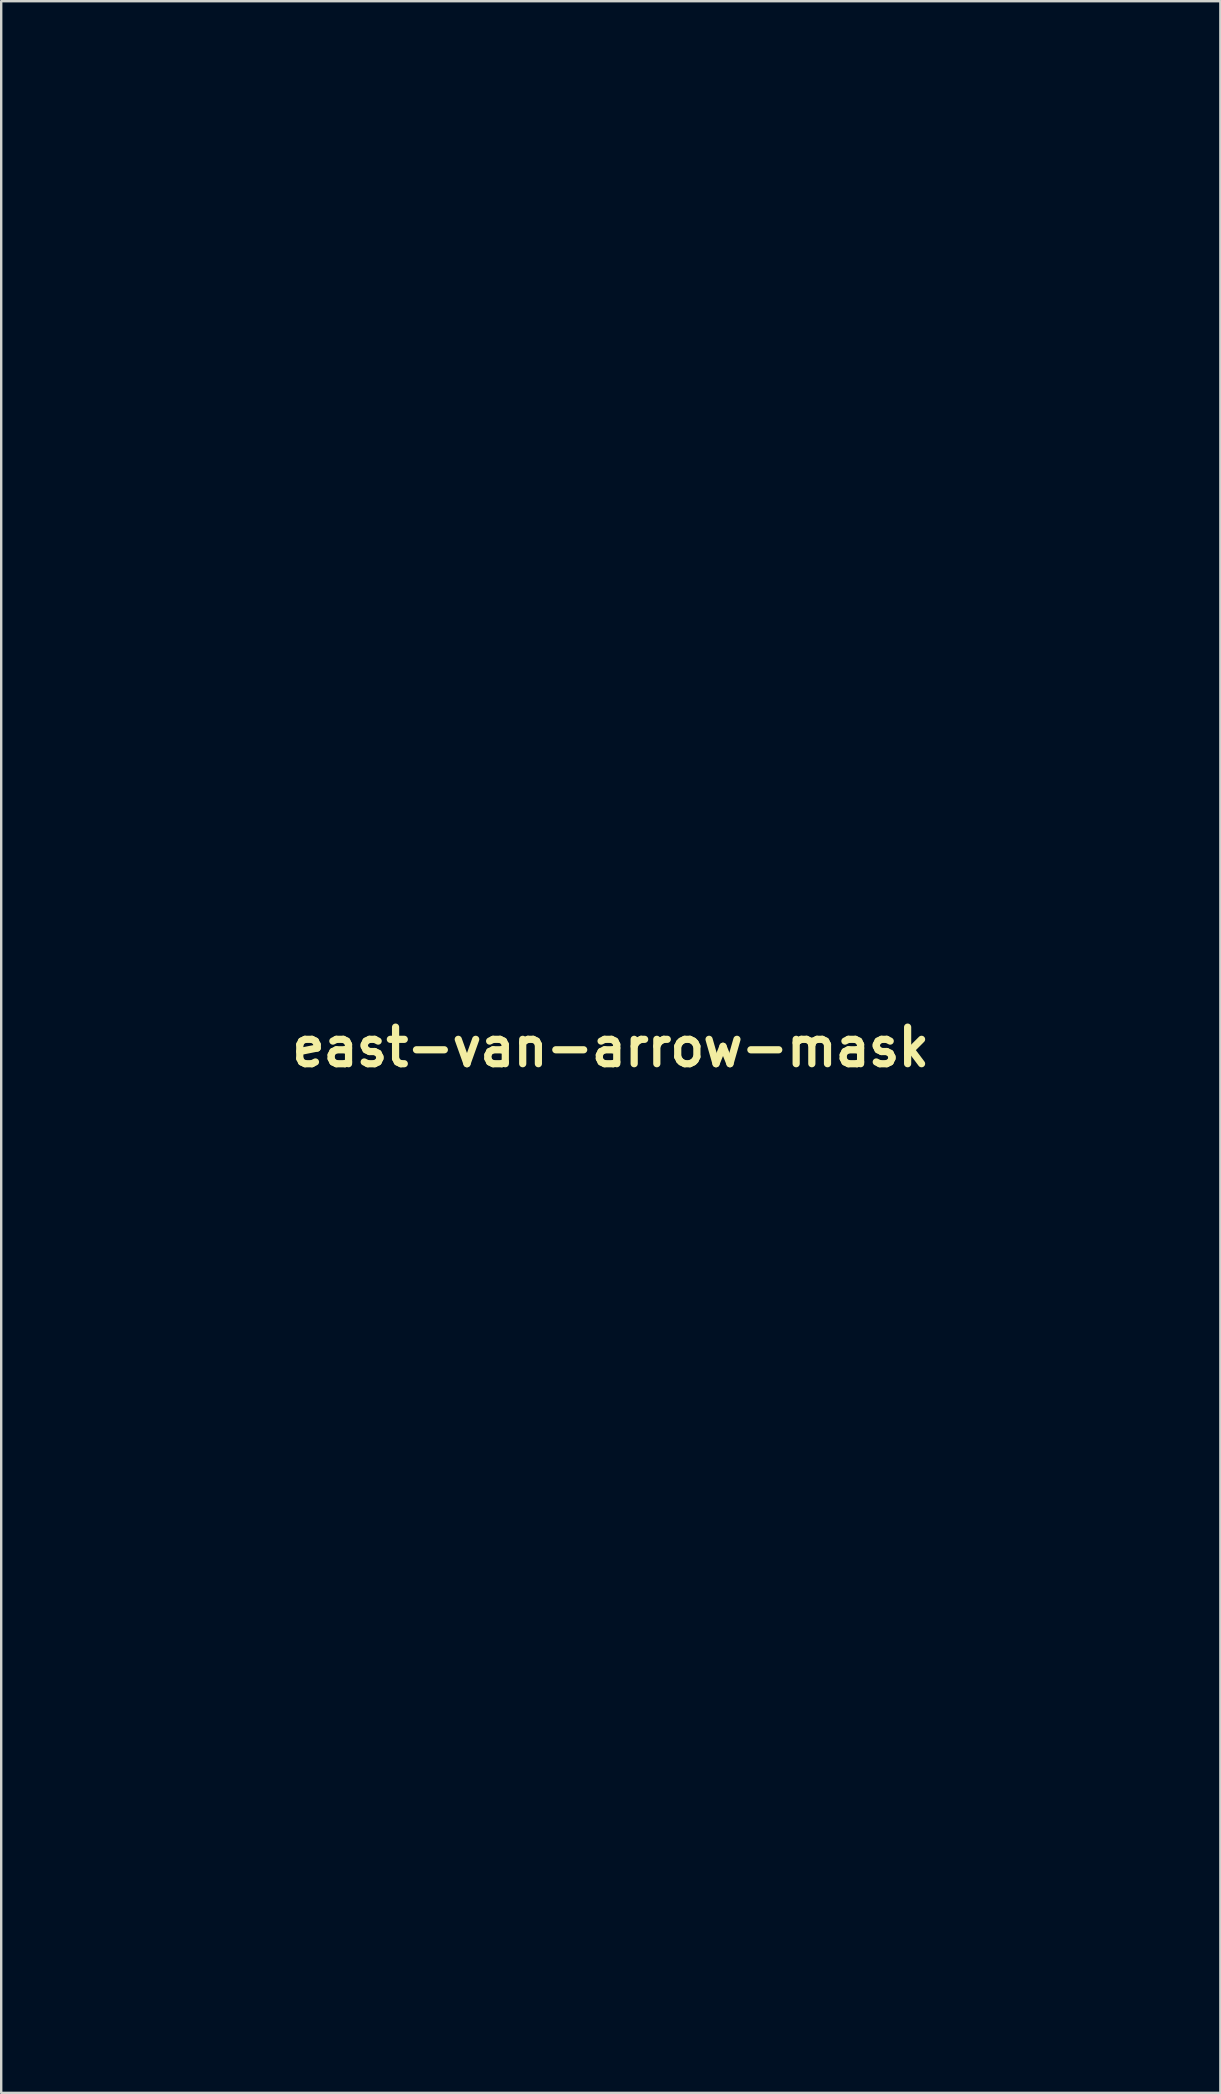
<source format=kicad_pcb>
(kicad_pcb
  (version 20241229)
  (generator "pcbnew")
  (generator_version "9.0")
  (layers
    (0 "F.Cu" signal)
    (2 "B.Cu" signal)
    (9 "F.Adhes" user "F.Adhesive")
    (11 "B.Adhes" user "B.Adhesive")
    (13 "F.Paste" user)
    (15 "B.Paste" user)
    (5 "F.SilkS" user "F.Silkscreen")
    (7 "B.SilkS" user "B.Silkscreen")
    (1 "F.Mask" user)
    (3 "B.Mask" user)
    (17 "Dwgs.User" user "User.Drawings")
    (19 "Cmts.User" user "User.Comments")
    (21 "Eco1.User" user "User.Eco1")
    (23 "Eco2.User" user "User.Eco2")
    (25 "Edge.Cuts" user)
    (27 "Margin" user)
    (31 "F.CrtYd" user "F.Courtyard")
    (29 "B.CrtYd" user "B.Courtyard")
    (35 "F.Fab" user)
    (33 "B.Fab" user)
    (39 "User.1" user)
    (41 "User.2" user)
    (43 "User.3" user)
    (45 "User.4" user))
  (footprint "east-van-arrow-mask"
    (layer "F.Cu")
    (at 22.395 40.583)
    (property "Reference" "east-van-arrow-mask" (at 0 0 0) (layer "F.SilkS") (effects (font (size 1.524 1.524) (thickness 0.3))))
    (attr through_hole)
    (fp_poly (pts (xy 3.263 21.763) (xy 3.242 22.164) (xy 3.221 22.507) (xy 3.203 22.765) (xy 3.188 22.91) (xy 3.184 22.931) (xy 3.128 22.958) (xy 3.007 22.979) (xy 2.804 22.994) (xy 2.499 23.005) (xy 2.076 23.012) (xy 1.552 23.015) (xy 1.072 23.018) (xy 0.724 23.023) (xy 0.484 23.034) (xy 0.33 23.053) (xy 0.241 23.084) (xy 0.193 23.128) (xy 0.164 23.189) (xy 0.162 23.194) (xy 0.148 23.299) (xy 0.13 23.545) (xy 0.108 23.916) (xy 0.082 24.4) (xy 0.055 24.984) (xy 0.025 25.653) (xy -0.005 26.394) (xy -0.037 27.194) (xy -0.068 28.038) (xy -0.074 28.201) (xy -0.105 29.076) (xy -0.136 29.928) (xy -0.166 30.74) (xy -0.195 31.496) (xy -0.222 32.18) (xy -0.245 32.776) (xy -0.266 33.267) (xy -0.283 33.638) (xy -0.295 33.872) (xy -0.295 33.879) (xy -0.345 34.724) (xy -1.362 34.762) (xy -1.817 34.773) (xy -2.145 34.769) (xy -2.336 34.75) (xy -2.385 34.724) (xy -2.387 34.577) (xy -2.383 34.282) (xy -2.372 33.841) (xy -2.356 33.258) (xy -2.333 32.538) (xy -2.305 31.684) (xy -2.271 30.7) (xy -2.232 29.591) (xy -2.187 28.36) (xy -2.137 27.011) (xy -2.082 25.549) (xy -2.071 25.254) (xy -2.052 24.712) (xy -2.036 24.223) (xy -2.026 23.806) (xy -2.021 23.482) (xy -2.021 23.271) (xy -2.027 23.194) (xy -2.11 23.183) (xy -2.324 23.173) (xy -2.642 23.163) (xy -3.043 23.155) (xy -3.503 23.149) (xy -3.574 23.148) (xy -5.088 23.136) (xy -5.071 22.025) (xy -5.062 21.627) (xy -5.051 21.288) (xy -5.037 21.034) (xy -5.022 20.893) (xy -5.016 20.875) (xy -4.926 20.86) (xy -4.687 20.843) (xy -4.302 20.824) (xy -3.775 20.804) (xy -3.111 20.781) (xy -2.312 20.757) (xy -1.384 20.731) (xy -0.329 20.704) (xy 0.848 20.676) (xy 0.873 20.676) (xy 3.319 20.619) (xy 3.263 21.763)) (stroke (width 0.01) (type solid)) (fill yes) (layer "F.Mask"))
    (fp_poly (pts (xy -5.382 -12.923) (xy -5.297 -12.908) (xy -5.296 -12.906) (xy -5.324 -12.805) (xy -5.407 -12.565) (xy -5.543 -12.19) (xy -5.732 -11.681) (xy -5.971 -11.044) (xy -6.259 -10.282) (xy -6.522 -9.592) (xy -6.711 -9.096) (xy -6.942 -8.49) (xy -7.2 -7.81) (xy -7.474 -7.089) (xy -7.75 -6.362) (xy -8.015 -5.664) (xy -8.096 -5.448) (xy -8.343 -4.797) (xy -8.596 -4.134) (xy -8.842 -3.486) (xy -9.073 -2.883) (xy -9.275 -2.353) (xy -9.44 -1.925) (xy -9.502 -1.765) (xy -9.698 -1.256) (xy -9.915 -0.693) (xy -10.13 -0.136) (xy -10.318 0.354) (xy -10.359 0.46) (xy -10.506 0.836) (xy -10.639 1.161) (xy -10.746 1.409) (xy -10.816 1.552) (xy -10.83 1.573) (xy -10.927 1.603) (xy -11.151 1.641) (xy -11.477 1.683) (xy -11.88 1.726) (xy -12.32 1.765) (xy -12.822 1.805) (xy -13.192 1.831) (xy -13.45 1.843) (xy -13.617 1.84) (xy -13.713 1.823) (xy -13.758 1.791) (xy -13.77 1.766) (xy -13.804 1.65) (xy -13.876 1.409) (xy -13.981 1.061) (xy -14.112 0.627) (xy -14.263 0.127) (xy -14.429 -0.417) (xy -14.601 -0.987) (xy -14.776 -1.561) (xy -14.945 -2.12) (xy -15.105 -2.642) (xy -15.235 -3.069) (xy -15.402 -3.622) (xy -15.587 -4.24) (xy -15.772 -4.862) (xy -15.937 -5.426) (xy -15.999 -5.64) (xy -16.185 -6.281) (xy -16.39 -6.979) (xy -16.605 -7.709) (xy -16.822 -8.442) (xy -17.033 -9.151) (xy -17.231 -9.809) (xy -17.406 -10.388) (xy -17.551 -10.86) (xy -17.61 -11.05) (xy -17.708 -11.381) (xy -17.777 -11.657) (xy -17.811 -11.848) (xy -17.806 -11.917) (xy -17.704 -11.953) (xy -17.476 -11.993) (xy -17.152 -12.033) (xy -16.759 -12.072) (xy -16.325 -12.105) (xy -15.88 -12.131) (xy -15.66 -12.14) (xy -15.014 -12.163) (xy -14.106 -9.017) (xy -13.905 -8.319) (xy -13.71 -7.641) (xy -13.527 -7.004) (xy -13.361 -6.427) (xy -13.218 -5.929) (xy -13.104 -5.532) (xy -13.025 -5.254) (xy -13.004 -5.18) (xy -12.782 -4.4) (xy -12.583 -3.718) (xy -12.411 -3.143) (xy -12.267 -2.682) (xy -12.154 -2.344) (xy -12.076 -2.138) (xy -12.036 -2.072) (xy -12.013 -2.078) (xy -11.988 -2.103) (xy -11.954 -2.157) (xy -11.909 -2.25) (xy -11.848 -2.393) (xy -11.768 -2.597) (xy -11.664 -2.87) (xy -11.533 -3.225) (xy -11.371 -3.671) (xy -11.174 -4.218) (xy -10.939 -4.877) (xy -10.66 -5.658) (xy -10.335 -6.572) (xy -10.27 -6.753) (xy -9.89 -7.821) (xy -9.558 -8.753) (xy -9.271 -9.559) (xy -9.024 -10.249) (xy -8.814 -10.831) (xy -8.638 -11.314) (xy -8.492 -11.708) (xy -8.372 -12.023) (xy -8.275 -12.266) (xy -8.197 -12.448) (xy -8.135 -12.578) (xy -8.084 -12.665) (xy -8.042 -12.718) (xy -8.004 -12.746) (xy -7.968 -12.759) (xy -7.929 -12.766) (xy -7.915 -12.768) (xy -7.693 -12.8) (xy -7.386 -12.831) (xy -7.022 -12.861) (xy -6.63 -12.887) (xy -6.241 -12.907) (xy -5.883 -12.921) (xy -5.587 -12.927) (xy -5.382 -12.923)) (stroke (width 0.01) (type solid)) (fill yes) (layer "F.Mask"))
    (fp_poly (pts (xy -0.103 2.88) (xy 0.22 2.892) (xy 0.471 2.918) (xy 0.691 2.964) (xy 0.923 3.035) (xy 1.103 3.1) (xy 1.721 3.407) (xy 2.264 3.841) (xy 2.721 4.389) (xy 3.08 5.037) (xy 3.329 5.76) (xy 3.402 6.099) (xy 3.458 6.457) (xy 3.495 6.801) (xy 3.509 7.096) (xy 3.498 7.308) (xy 3.462 7.4) (xy 3.341 7.432) (xy 3.11 7.461) (xy 2.805 7.486) (xy 2.46 7.505) (xy 2.112 7.516) (xy 1.797 7.519) (xy 1.549 7.512) (xy 1.405 7.493) (xy 1.384 7.483) (xy 1.335 7.364) (xy 1.285 7.156) (xy 1.268 7.06) (xy 1.163 6.64) (xy 0.992 6.242) (xy 0.781 5.911) (xy 0.604 5.734) (xy 0.196 5.516) (xy -0.319 5.399) (xy -0.928 5.387) (xy -0.943 5.388) (xy -1.512 5.479) (xy -1.97 5.67) (xy -2.313 5.956) (xy -2.536 6.333) (xy -2.635 6.799) (xy -2.64 6.913) (xy -2.616 7.229) (xy -2.526 7.507) (xy -2.357 7.758) (xy -2.098 7.991) (xy -1.733 8.218) (xy -1.252 8.447) (xy -0.641 8.69) (xy -0.188 8.852) (xy 0.499 9.101) (xy 1.058 9.329) (xy 1.513 9.547) (xy 1.886 9.767) (xy 2.198 10.002) (xy 2.474 10.265) (xy 2.538 10.334) (xy 2.806 10.66) (xy 3.019 10.996) (xy 3.204 11.391) (xy 3.349 11.779) (xy 3.431 12.023) (xy 3.489 12.235) (xy 3.527 12.45) (xy 3.55 12.703) (xy 3.562 13.028) (xy 3.566 13.461) (xy 3.566 13.621) (xy 3.561 14.183) (xy 3.54 14.633) (xy 3.493 15.009) (xy 3.413 15.352) (xy 3.291 15.703) (xy 3.119 16.1) (xy 3.013 16.327) (xy 2.699 16.863) (xy 2.296 17.366) (xy 1.834 17.802) (xy 1.348 18.141) (xy 1.052 18.285) (xy 0.396 18.487) (xy -0.339 18.607) (xy -1.099 18.641) (xy -1.829 18.585) (xy -2.119 18.533) (xy -2.836 18.304) (xy -3.466 17.95) (xy -4.007 17.471) (xy -4.459 16.87) (xy -4.818 16.149) (xy -5.085 15.309) (xy -5.129 15.117) (xy -5.242 14.554) (xy -5.317 14.084) (xy -5.353 13.72) (xy -5.35 13.474) (xy -5.306 13.359) (xy -5.283 13.352) (xy -5.167 13.343) (xy -4.934 13.319) (xy -4.616 13.282) (xy -4.261 13.239) (xy -3.904 13.198) (xy -3.607 13.169) (xy -3.399 13.156) (xy -3.313 13.16) (xy -3.313 13.16) (xy -3.284 13.247) (xy -3.24 13.446) (xy -3.188 13.719) (xy -3.175 13.791) (xy -3.003 14.474) (xy -2.743 15.031) (xy -2.396 15.464) (xy -1.959 15.774) (xy -1.585 15.924) (xy -0.992 16.033) (xy -0.428 16.01) (xy 0.088 15.867) (xy 0.54 15.614) (xy 0.912 15.264) (xy 1.186 14.827) (xy 1.346 14.315) (xy 1.381 13.914) (xy 1.362 13.544) (xy 1.294 13.233) (xy 1.164 12.966) (xy 0.955 12.73) (xy 0.655 12.512) (xy 0.247 12.298) (xy -0.282 12.076) (xy -0.876 11.856) (xy -1.617 11.582) (xy -2.227 11.329) (xy -2.722 11.087) (xy -3.122 10.847) (xy -3.446 10.597) (xy -3.71 10.328) (xy -3.834 10.172) (xy -4.22 9.58) (xy -4.492 8.988) (xy -4.664 8.357) (xy -4.745 7.65) (xy -4.757 7.224) (xy -4.729 6.557) (xy -4.634 5.975) (xy -4.461 5.423) (xy -4.245 4.941) (xy -3.842 4.294) (xy -3.335 3.755) (xy -2.734 3.333) (xy -2.104 3.056) (xy -1.853 2.979) (xy -1.612 2.928) (xy -1.341 2.897) (xy -0.998 2.882) (xy -0.544 2.878) (xy -0.537 2.878) (xy -0.103 2.88)) (stroke (width 0.01) (type solid)) (fill yes) (layer "F.Mask"))
    (fp_poly (pts (xy 4.237 -30.682) (xy 4.266 -30.675) (xy 4.28 -30.584) (xy 4.285 -30.369) (xy 4.281 -30.058) (xy 4.268 -29.679) (xy 4.261 -29.516) (xy 4.205 -28.408) (xy 4.002 -28.366) (xy 3.879 -28.348) (xy 3.623 -28.316) (xy 3.253 -28.271) (xy 2.788 -28.216) (xy 2.249 -28.154) (xy 1.654 -28.086) (xy 1.203 -28.036) (xy 0.475 -27.953) (xy -0.114 -27.884) (xy -0.576 -27.825) (xy -0.926 -27.774) (xy -1.176 -27.73) (xy -1.339 -27.69) (xy -1.43 -27.653) (xy -1.457 -27.627) (xy -1.48 -27.516) (xy -1.505 -27.277) (xy -1.53 -26.937) (xy -1.555 -26.522) (xy -1.576 -26.057) (xy -1.576 -26.032) (xy -1.632 -24.556) (xy -1.449 -24.557) (xy -1.324 -24.566) (xy -1.07 -24.591) (xy -0.71 -24.63) (xy -0.267 -24.679) (xy 0.235 -24.737) (xy 0.614 -24.782) (xy 1.174 -24.848) (xy 1.719 -24.911) (xy 2.22 -24.968) (xy 2.645 -25.015) (xy 2.965 -25.048) (xy 3.089 -25.06) (xy 3.683 -25.114) (xy 3.683 -24.739) (xy 3.678 -24.492) (xy 3.663 -24.151) (xy 3.643 -23.773) (xy 3.633 -23.609) (xy 3.606 -23.259) (xy 3.578 -23.033) (xy 3.54 -22.898) (xy 3.483 -22.826) (xy 3.417 -22.792) (xy 3.301 -22.768) (xy 3.053 -22.731) (xy 2.693 -22.684) (xy 2.242 -22.629) (xy 1.722 -22.569) (xy 1.152 -22.507) (xy 0.993 -22.49) (xy 0.411 -22.427) (xy -0.129 -22.368) (xy -0.607 -22.315) (xy -1.001 -22.269) (xy -1.29 -22.234) (xy -1.453 -22.212) (xy -1.472 -22.209) (xy -1.586 -22.173) (xy -1.653 -22.099) (xy -1.692 -21.947) (xy -1.719 -21.693) (xy -1.735 -21.461) (xy -1.754 -21.111) (xy -1.774 -20.677) (xy -1.794 -20.196) (xy -1.809 -19.767) (xy -1.857 -18.317) (xy -1.331 -18.363) (xy -1.049 -18.39) (xy -0.663 -18.431) (xy -0.226 -18.479) (xy 0.215 -18.53) (xy 0.23 -18.532) (xy 1.175 -18.643) (xy 1.972 -18.736) (xy 2.628 -18.812) (xy 3.148 -18.871) (xy 3.537 -18.914) (xy 3.8 -18.941) (xy 3.943 -18.953) (xy 3.965 -18.954) (xy 4.012 -18.938) (xy 4.041 -18.875) (xy 4.056 -18.743) (xy 4.056 -18.518) (xy 4.044 -18.179) (xy 4.029 -17.861) (xy 4.005 -17.462) (xy 3.976 -17.117) (xy 3.945 -16.855) (xy 3.916 -16.705) (xy 3.907 -16.685) (xy 3.808 -16.643) (xy 3.59 -16.594) (xy 3.288 -16.544) (xy 3.014 -16.509) (xy 2.68 -16.471) (xy 2.231 -16.42) (xy 1.708 -16.36) (xy 1.146 -16.297) (xy 0.586 -16.233) (xy 0.499 -16.223) (xy -0.563 -16.102) (xy -1.474 -15.999) (xy -2.239 -15.913) (xy -2.86 -15.844) (xy -3.34 -15.792) (xy -3.681 -15.756) (xy -3.886 -15.736) (xy -3.954 -15.731) (xy -4.005 -15.785) (xy -4.025 -15.956) (xy -4.018 -16.249) (xy -4.008 -16.454) (xy -3.995 -16.789) (xy -3.979 -17.231) (xy -3.961 -17.756) (xy -3.942 -18.341) (xy -3.922 -18.962) (xy -3.913 -19.261) (xy -3.878 -20.394) (xy -3.842 -21.511) (xy -3.806 -22.6) (xy -3.769 -23.652) (xy -3.734 -24.657) (xy -3.699 -25.603) (xy -3.666 -26.48) (xy -3.634 -27.279) (xy -3.604 -27.988) (xy -3.577 -28.597) (xy -3.553 -29.096) (xy -3.532 -29.474) (xy -3.514 -29.721) (xy -3.501 -29.827) (xy -3.5 -29.83) (xy -3.42 -29.845) (xy -3.211 -29.874) (xy -2.893 -29.915) (xy -2.49 -29.964) (xy -2.025 -30.019) (xy -1.834 -30.041) (xy -0.691 -30.171) (xy 0.309 -30.285) (xy 1.173 -30.382) (xy 1.91 -30.464) (xy 2.53 -30.531) (xy 3.039 -30.585) (xy 3.447 -30.626) (xy 3.762 -30.656) (xy 3.994 -30.674) (xy 4.149 -30.683) (xy 4.237 -30.682)) (stroke (width 0.01) (type solid)) (fill yes) (layer "F.Mask"))
    (fp_poly (pts (xy 17.411 -15.071) (xy 17.425 -15.065) (xy 17.435 -15.006) (xy 17.441 -14.851) (xy 17.443 -14.594) (xy 17.441 -14.233) (xy 17.435 -13.762) (xy 17.424 -13.177) (xy 17.41 -12.475) (xy 17.391 -11.652) (xy 17.367 -10.703) (xy 17.339 -9.623) (xy 17.306 -8.41) (xy 17.268 -7.059) (xy 17.226 -5.565) (xy 17.178 -3.925) (xy 17.142 -2.703) (xy 17.126 -2.195) (xy 17.107 -1.741) (xy 17.087 -1.363) (xy 17.068 -1.081) (xy 17.051 -0.918) (xy 17.042 -0.886) (xy 16.951 -0.868) (xy 16.738 -0.842) (xy 16.434 -0.809) (xy 16.07 -0.775) (xy 16.036 -0.772) (xy 15.644 -0.737) (xy 15.287 -0.703) (xy 15.003 -0.675) (xy 14.834 -0.656) (xy 14.589 -0.625) (xy 13.346 -2.787) (xy 12.824 -3.695) (xy 12.373 -4.483) (xy 11.983 -5.162) (xy 11.65 -5.745) (xy 11.365 -6.245) (xy 11.121 -6.673) (xy 10.912 -7.043) (xy 10.731 -7.367) (xy 10.57 -7.656) (xy 10.517 -7.75) (xy 10.239 -8.251) (xy 10.025 -8.633) (xy 9.865 -8.912) (xy 9.749 -9.105) (xy 9.669 -9.226) (xy 9.615 -9.293) (xy 9.614 -9.294) (xy 9.582 -9.309) (xy 9.554 -9.278) (xy 9.529 -9.192) (xy 9.506 -9.041) (xy 9.485 -8.813) (xy 9.466 -8.499) (xy 9.448 -8.088) (xy 9.43 -7.57) (xy 9.412 -6.936) (xy 9.393 -6.174) (xy 9.373 -5.274) (xy 9.361 -4.719) (xy 9.345 -3.959) (xy 9.327 -3.234) (xy 9.31 -2.561) (xy 9.293 -1.956) (xy 9.277 -1.436) (xy 9.263 -1.019) (xy 9.25 -0.721) (xy 9.24 -0.559) (xy 9.24 -0.556) (xy 9.208 -0.321) (xy 9.163 -0.2) (xy 9.08 -0.155) (xy 8.992 -0.148) (xy 8.837 -0.139) (xy 8.567 -0.117) (xy 8.221 -0.085) (xy 7.842 -0.048) (xy 7.478 -0.016) (xy 7.173 0.001) (xy 6.957 0.002) (xy 6.86 -0.013) (xy 6.859 -0.015) (xy 6.85 -0.126) (xy 6.854 -0.134) (xy 6.865 -0.223) (xy 6.878 -0.445) (xy 6.893 -0.78) (xy 6.908 -1.206) (xy 6.923 -1.704) (xy 6.937 -2.253) (xy 6.937 -2.264) (xy 6.952 -2.875) (xy 6.97 -3.6) (xy 6.99 -4.399) (xy 7.012 -5.23) (xy 7.033 -6.055) (xy 7.054 -6.833) (xy 7.06 -7.06) (xy 7.08 -7.818) (xy 7.101 -8.639) (xy 7.123 -9.482) (xy 7.143 -10.305) (xy 7.162 -11.069) (xy 7.178 -11.732) (xy 7.182 -11.903) (xy 7.196 -12.461) (xy 7.213 -12.97) (xy 7.231 -13.41) (xy 7.249 -13.759) (xy 7.266 -13.998) (xy 7.282 -14.106) (xy 7.283 -14.108) (xy 7.39 -14.163) (xy 7.635 -14.221) (xy 8.005 -14.279) (xy 8.484 -14.335) (xy 9.057 -14.387) (xy 9.093 -14.39) (xy 9.707 -14.438) (xy 10.057 -13.799) (xy 10.199 -13.542) (xy 10.406 -13.168) (xy 10.669 -12.697) (xy 10.977 -12.144) (xy 11.321 -11.529) (xy 11.691 -10.868) (xy 12.077 -10.18) (xy 12.469 -9.482) (xy 12.857 -8.792) (xy 13.231 -8.127) (xy 13.581 -7.506) (xy 13.897 -6.945) (xy 14.17 -6.463) (xy 14.217 -6.379) (xy 14.461 -5.962) (xy 14.642 -5.684) (xy 14.759 -5.543) (xy 14.813 -5.535) (xy 14.83 -5.637) (xy 14.849 -5.872) (xy 14.868 -6.217) (xy 14.887 -6.652) (xy 14.905 -7.154) (xy 14.919 -7.674) (xy 14.934 -8.285) (xy 14.95 -8.907) (xy 14.966 -9.505) (xy 14.981 -10.043) (xy 14.995 -10.486) (xy 15.002 -10.705) (xy 15.016 -11.109) (xy 15.033 -11.621) (xy 15.051 -12.195) (xy 15.07 -12.783) (xy 15.086 -13.292) (xy 15.103 -13.832) (xy 15.121 -14.237) (xy 15.139 -14.528) (xy 15.162 -14.722) (xy 15.19 -14.84) (xy 15.226 -14.901) (xy 15.26 -14.92) (xy 15.424 -14.952) (xy 15.686 -14.985) (xy 16.013 -15.016) (xy 16.37 -15.044) (xy 16.723 -15.066) (xy 17.037 -15.079) (xy 17.278 -15.082) (xy 17.411 -15.071)) (stroke (width 0.01) (type solid)) (fill yes) (layer "F.Mask"))
    (fp_poly (pts (xy 0.728 -13.494) (xy 0.761 -13.411) (xy 0.837 -13.19) (xy 0.95 -12.842) (xy 1.099 -12.376) (xy 1.281 -11.803) (xy 1.492 -11.131) (xy 1.729 -10.371) (xy 1.989 -9.532) (xy 2.269 -8.624) (xy 2.444 -8.057) (xy 2.658 -7.36) (xy 2.906 -6.558) (xy 3.175 -5.689) (xy 3.453 -4.796) (xy 3.726 -3.918) (xy 3.982 -3.096) (xy 4.106 -2.7) (xy 4.303 -2.067) (xy 4.483 -1.48) (xy 4.641 -0.956) (xy 4.773 -0.51) (xy 4.874 -0.159) (xy 4.939 0.082) (xy 4.964 0.197) (xy 4.963 0.204) (xy 4.868 0.231) (xy 4.653 0.264) (xy 4.347 0.298) (xy 3.984 0.333) (xy 3.592 0.366) (xy 3.203 0.394) (xy 2.849 0.414) (xy 2.56 0.425) (xy 2.367 0.424) (xy 2.303 0.413) (xy 2.261 0.321) (xy 2.184 0.106) (xy 2.08 -0.208) (xy 1.956 -0.598) (xy 1.821 -1.039) (xy 1.813 -1.067) (xy 1.677 -1.511) (xy 1.552 -1.905) (xy 1.445 -2.225) (xy 1.365 -2.447) (xy 1.32 -2.547) (xy 1.319 -2.549) (xy 1.228 -2.56) (xy 1.006 -2.556) (xy 0.675 -2.541) (xy 0.257 -2.515) (xy -0.226 -2.481) (xy -0.753 -2.44) (xy -1.301 -2.395) (xy -1.849 -2.347) (xy -2.375 -2.297) (xy -2.856 -2.249) (xy -3.273 -2.204) (xy -3.601 -2.163) (xy -3.82 -2.128) (xy -3.908 -2.103) (xy -3.953 -2.014) (xy -4.044 -1.803) (xy -4.172 -1.492) (xy -4.327 -1.105) (xy -4.501 -0.662) (xy -4.564 -0.499) (xy -4.741 -0.043) (xy -4.902 0.364) (xy -5.038 0.7) (xy -5.139 0.944) (xy -5.198 1.074) (xy -5.207 1.089) (xy -5.309 1.12) (xy -5.565 1.16) (xy -5.973 1.208) (xy -6.533 1.264) (xy -7.244 1.328) (xy -7.337 1.337) (xy -7.59 1.352) (xy -7.776 1.351) (xy -7.846 1.337) (xy -7.854 1.323) (xy -7.855 1.296) (xy -7.844 1.245) (xy -7.817 1.158) (xy -7.769 1.025) (xy -7.698 0.836) (xy -7.597 0.578) (xy -7.464 0.241) (xy -7.293 -0.185) (xy -7.081 -0.711) (xy -6.824 -1.349) (xy -6.516 -2.11) (xy -6.221 -2.839) (xy -5.906 -3.618) (xy -5.556 -4.483) (xy -5.454 -4.736) (xy -2.898 -4.736) (xy -2.823 -4.696) (xy -2.641 -4.682) (xy -2.536 -4.681) (xy -2.324 -4.688) (xy -1.996 -4.708) (xy -1.586 -4.738) (xy -1.129 -4.775) (xy -0.819 -4.803) (xy -0.384 -4.847) (xy -0.001 -4.891) (xy 0.302 -4.932) (xy 0.499 -4.966) (xy 0.563 -4.987) (xy 0.556 -5.069) (xy 0.512 -5.278) (xy 0.436 -5.591) (xy 0.336 -5.988) (xy 0.217 -6.448) (xy 0.083 -6.95) (xy -0.058 -7.471) (xy -0.201 -7.992) (xy -0.34 -8.49) (xy -0.47 -8.945) (xy -0.585 -9.336) (xy -0.678 -9.64) (xy -0.745 -9.837) (xy -0.769 -9.893) (xy -0.826 -9.935) (xy -0.903 -9.849) (xy -0.947 -9.768) (xy -1.001 -9.648) (xy -1.101 -9.405) (xy -1.24 -9.063) (xy -1.409 -8.641) (xy -1.6 -8.163) (xy -1.803 -7.648) (xy -2.012 -7.119) (xy -2.216 -6.597) (xy -2.409 -6.103) (xy -2.581 -5.659) (xy -2.724 -5.286) (xy -2.829 -5.007) (xy -2.888 -4.841) (xy -2.896 -4.815) (xy -2.898 -4.736) (xy -5.454 -4.736) (xy -5.189 -5.394) (xy -4.819 -6.309) (xy -4.465 -7.188) (xy -4.141 -7.99) (xy -3.975 -8.403) (xy -3.592 -9.353) (xy -3.262 -10.171) (xy -2.98 -10.866) (xy -2.742 -11.448) (xy -2.544 -11.928) (xy -2.381 -12.316) (xy -2.249 -12.621) (xy -2.144 -12.854) (xy -2.061 -13.024) (xy -1.996 -13.142) (xy -1.945 -13.217) (xy -1.903 -13.259) (xy -1.868 -13.279) (xy -1.749 -13.302) (xy -1.516 -13.331) (xy -1.201 -13.364) (xy -0.834 -13.398) (xy -0.446 -13.431) (xy -0.068 -13.461) (xy 0.268 -13.483) (xy 0.532 -13.497) (xy 0.693 -13.499) (xy 0.728 -13.494)) (stroke (width 0.01) (type solid)) (fill yes) (layer "F.Mask"))
    (fp_poly (pts (xy 0.879 -40.571) (xy 1.713 -40.475) (xy 2.496 -40.277) (xy 3.252 -39.968) (xy 4.004 -39.539) (xy 4.774 -38.978) (xy 5.092 -38.714) (xy 5.212 -38.592) (xy 5.416 -38.363) (xy 5.692 -38.041) (xy 6.028 -37.639) (xy 6.414 -37.173) (xy 6.839 -36.654) (xy 7.29 -36.098) (xy 7.757 -35.517) (xy 8.229 -34.927) (xy 8.694 -34.34) (xy 9.14 -33.77) (xy 9.439 -33.386) (xy 9.571 -33.217) (xy 9.783 -32.945) (xy 10.061 -32.589) (xy 10.392 -32.168) (xy 10.759 -31.699) (xy 11.15 -31.202) (xy 11.375 -30.916) (xy 12.015 -30.102) (xy 12.682 -29.252) (xy 13.37 -28.374) (xy 14.073 -27.476) (xy 14.784 -26.567) (xy 15.496 -25.656) (xy 16.204 -24.75) (xy 16.9 -23.858) (xy 17.578 -22.988) (xy 18.231 -22.15) (xy 18.853 -21.351) (xy 19.437 -20.599) (xy 19.977 -19.904) (xy 20.467 -19.273) (xy 20.898 -18.715) (xy 21.266 -18.238) (xy 21.564 -17.851) (xy 21.784 -17.562) (xy 21.921 -17.38) (xy 21.964 -17.32) (xy 22.071 -17.147) (xy 22.16 -16.977) (xy 22.232 -16.795) (xy 22.29 -16.585) (xy 22.334 -16.334) (xy 22.365 -16.026) (xy 22.386 -15.645) (xy 22.397 -15.178) (xy 22.4 -14.609) (xy 22.395 -13.923) (xy 22.385 -13.105) (xy 22.38 -12.7) (xy 22.37 -11.987) (xy 22.359 -11.148) (xy 22.347 -10.212) (xy 22.336 -9.206) (xy 22.324 -8.157) (xy 22.313 -7.095) (xy 22.303 -6.047) (xy 22.293 -5.04) (xy 22.289 -4.566) (xy 22.28 -3.698) (xy 22.269 -2.86) (xy 22.257 -2.067) (xy 22.244 -1.335) (xy 22.23 -0.678) (xy 22.216 -0.113) (xy 22.201 0.347) (xy 22.186 0.685) (xy 22.172 0.886) (xy 22.171 0.896) (xy 22.01 1.677) (xy 21.729 2.394) (xy 21.34 3.033) (xy 20.853 3.58) (xy 20.28 4.019) (xy 19.634 4.336) (xy 19.415 4.409) (xy 19.301 4.441) (xy 19.183 4.468) (xy 19.047 4.492) (xy 18.88 4.514) (xy 18.666 4.533) (xy 18.393 4.552) (xy 18.045 4.57) (xy 17.61 4.59) (xy 17.074 4.611) (xy 16.421 4.635) (xy 15.639 4.662) (xy 15.002 4.684) (xy 14.107 4.716) (xy 13.351 4.747) (xy 12.72 4.777) (xy 12.199 4.81) (xy 11.775 4.846) (xy 11.433 4.885) (xy 11.159 4.931) (xy 10.938 4.983) (xy 10.756 5.044) (xy 10.627 5.101) (xy 10.119 5.428) (xy 9.724 5.859) (xy 9.444 6.392) (xy 9.3 6.906) (xy 9.286 7.057) (xy 9.272 7.357) (xy 9.259 7.801) (xy 9.246 8.384) (xy 9.233 9.102) (xy 9.221 9.951) (xy 9.21 10.924) (xy 9.2 12.019) (xy 9.19 13.23) (xy 9.181 14.552) (xy 9.176 15.463) (xy 9.163 17.805) (xy 9.15 19.994) (xy 9.138 22.032) (xy 9.126 23.92) (xy 9.115 25.657) (xy 9.104 27.245) (xy 9.093 28.686) (xy 9.082 29.979) (xy 9.072 31.126) (xy 9.063 32.128) (xy 9.053 32.986) (xy 9.044 33.7) (xy 9.035 34.271) (xy 9.027 34.701) (xy 9.019 34.99) (xy 9.016 35.057) (xy 8.966 35.691) (xy 8.87 36.24) (xy 8.713 36.767) (xy 8.479 37.331) (xy 8.388 37.524) (xy 7.976 38.229) (xy 7.47 38.816) (xy 6.858 39.298) (xy 6.355 39.583) (xy 6.168 39.676) (xy 6.004 39.758) (xy 5.85 39.829) (xy 5.697 39.892) (xy 5.534 39.947) (xy 5.349 39.994) (xy 5.132 40.036) (xy 4.873 40.074) (xy 4.561 40.108) (xy 4.184 40.139) (xy 3.733 40.169) (xy 3.196 40.199) (xy 2.563 40.231) (xy 1.823 40.264) (xy 0.966 40.3) (xy -0.02 40.341) (xy -1.146 40.387) (xy -1.535 40.403) (xy -2.442 40.439) (xy -3.33 40.471) (xy -4.186 40.499) (xy -4.995 40.522) (xy -5.742 40.541) (xy -6.415 40.555) (xy -6.998 40.563) (xy -7.478 40.566) (xy -7.84 40.564) (xy -8.07 40.554) (xy -8.134 40.547) (xy -8.306 40.504) (xy -8.565 40.43) (xy -8.825 40.35) (xy -9.56 40.041) (xy -10.193 39.619) (xy -10.721 39.088) (xy -11.14 38.451) (xy -11.447 37.714) (xy -11.627 36.949) (xy -11.644 36.823) (xy -11.658 36.669) (xy -11.669 36.479) (xy -11.675 36.248) (xy -11.678 35.967) (xy -11.677 35.63) (xy -11.672 35.228) (xy -11.662 34.757) (xy -11.647 34.207) (xy -11.628 33.572) (xy -11.603 32.845) (xy -11.573 32.018) (xy -11.538 31.085) (xy -11.497 30.038) (xy -11.45 28.871) (xy -11.396 27.576) (xy -11.337 26.145) (xy -11.27 24.572) (xy -11.231 23.635) (xy -11.203 22.98) (xy -11.178 22.369) (xy -11.155 21.821) (xy -11.137 21.352) (xy -11.123 20.982) (xy -11.113 20.727) (xy -11.11 20.607) (xy -11.11 20.604) (xy -11.108 20.475) (xy -11.101 20.208) (xy -11.089 19.817) (xy -11.072 19.318) (xy -11.053 18.726) (xy -11.03 18.056) (xy -11.004 17.323) (xy -10.977 16.542) (xy -10.948 15.727) (xy -10.918 14.895) (xy -10.888 14.06) (xy -10.858 13.237) (xy -10.829 12.441) (xy -10.8 11.687) (xy -10.774 10.99) (xy -10.75 10.366) (xy -10.729 9.829) (xy -10.711 9.395) (xy -10.698 9.078) (xy -10.696 9.033) (xy -10.678 8.628) (xy -10.672 8.343) (xy -10.681 8.147) (xy -10.71 8.007) (xy -10.762 7.889) (xy -10.841 7.763) (xy -10.845 7.758) (xy -11.037 7.527) (xy -11.268 7.324) (xy -11.322 7.288) (xy -11.421 7.23) (xy -11.517 7.187) (xy -11.635 7.158) (xy -11.797 7.141) (xy -12.025 7.135) (xy -12.342 7.138) (xy -12.771 7.149) (xy -13.227 7.163) (xy -14.297 7.195) (xy -15.226 7.223) (xy -16.024 7.244) (xy -16.703 7.261) (xy -17.274 7.272) (xy -17.75 7.279) (xy -18.14 7.28) (xy -18.458 7.276) (xy -18.715 7.266) (xy -18.921 7.252) (xy -19.088 7.233) (xy -19.228 7.209) (xy -19.338 7.184) (xy -20.091 6.922) (xy -20.743 6.545) (xy -21.293 6.054) (xy -21.74 5.449) (xy -21.89 5.175) (xy -22.087 4.751) (xy -22.229 4.356) (xy -22.322 3.953) (xy -22.374 3.507) (xy -22.39 2.982) (xy -22.388 2.889) (xy -19.832 2.889) (xy -19.832 3.108) (xy -19.768 3.602) (xy -19.587 4) (xy -19.283 4.308) (xy -18.851 4.531) (xy -18.734 4.571) (xy -18.609 4.608) (xy -18.479 4.636) (xy -18.326 4.656) (xy -18.133 4.668) (xy -17.882 4.672) (xy -17.554 4.67) (xy -17.131 4.659) (xy -16.596 4.643) (xy -15.93 4.619) (xy -15.733 4.612) (xy -14.758 4.577) (xy -13.923 4.55) (xy -13.213 4.532) (xy -12.615 4.523) (xy -12.114 4.525) (xy -11.698 4.538) (xy -11.351 4.562) (xy -11.06 4.6) (xy -10.812 4.651) (xy -10.591 4.717) (xy -10.385 4.798) (xy -10.179 4.894) (xy -10.091 4.939) (xy -9.495 5.332) (xy -8.991 5.841) (xy -8.59 6.454) (xy -8.3 7.157) (xy -8.241 7.367) (xy -8.214 7.478) (xy -8.191 7.592) (xy -8.173 7.72) (xy -8.159 7.873) (xy -8.15 8.062) (xy -8.145 8.298) (xy -8.145 8.592) (xy -8.15 8.955) (xy -8.161 9.398) (xy -8.176 9.933) (xy -8.198 10.569) (xy -8.224 11.318) (xy -8.257 12.191) (xy -8.295 13.198) (xy -8.324 13.966) (xy -8.346 14.541) (xy -8.373 15.249) (xy -8.403 16.071) (xy -8.437 16.987) (xy -8.474 17.977) (xy -8.512 19.022) (xy -8.552 20.101) (xy -8.592 21.195) (xy -8.632 22.285) (xy -8.669 23.328) (xy -8.707 24.362) (xy -8.745 25.396) (xy -8.783 26.413) (xy -8.819 27.398) (xy -8.854 28.333) (xy -8.887 29.202) (xy -8.917 29.987) (xy -8.944 30.671) (xy -8.967 31.239) (xy -8.984 31.673) (xy -8.987 31.731) (xy -9.012 32.387) (xy -9.036 33.091) (xy -9.056 33.798) (xy -9.072 34.464) (xy -9.082 35.044) (xy -9.084 35.303) (xy -9.093 36.804) (xy -8.882 37.124) (xy -8.67 37.397) (xy -8.423 37.599) (xy -8.095 37.762) (xy -7.875 37.844) (xy -7.769 37.88) (xy -7.666 37.91) (xy -7.555 37.934) (xy -7.421 37.952) (xy -7.253 37.964) (xy -7.038 37.97) (xy -6.761 37.97) (xy -6.411 37.964) (xy -5.975 37.951) (xy -5.439 37.932) (xy -4.79 37.907) (xy -4.016 37.876) (xy -3.103 37.838) (xy -2.954 37.832) (xy -1.708 37.781) (xy -0.606 37.735) (xy 0.361 37.695) (xy 1.203 37.659) (xy 1.928 37.628) (xy 2.546 37.601) (xy 3.066 37.577) (xy 3.497 37.556) (xy 3.849 37.537) (xy 4.131 37.519) (xy 4.351 37.503) (xy 4.52 37.487) (xy 4.646 37.471) (xy 4.738 37.455) (xy 4.807 37.438) (xy 4.86 37.419) (xy 4.908 37.398) (xy 4.96 37.374) (xy 4.967 37.371) (xy 5.461 37.08) (xy 5.851 36.684) (xy 6.144 36.178) (xy 6.344 35.551) (xy 6.349 35.529) (xy 6.366 35.379) (xy 6.381 35.087) (xy 6.395 34.666) (xy 6.407 34.128) (xy 6.418 33.484) (xy 6.426 32.747) (xy 6.433 31.929) (xy 6.436 31.042) (xy 6.437 30.963) (xy 6.439 30.129) (xy 6.443 29.305) (xy 6.448 28.512) (xy 6.454 27.769) (xy 6.46 27.095) (xy 6.467 26.509) (xy 6.474 26.031) (xy 6.481 25.681) (xy 6.483 25.592) (xy 6.49 25.313) (xy 6.498 24.897) (xy 6.506 24.361) (xy 6.515 23.722) (xy 6.524 22.995) (xy 6.533 22.197) (xy 6.542 21.346) (xy 6.55 20.457) (xy 6.558 19.547) (xy 6.56 19.299) (xy 6.575 17.499) (xy 6.589 15.849) (xy 6.603 14.346) (xy 6.616 12.987) (xy 6.629 11.768) (xy 6.641 10.687) (xy 6.653 9.74) (xy 6.665 8.924) (xy 6.676 8.236) (xy 6.688 7.672) (xy 6.699 7.23) (xy 6.71 6.906) (xy 6.721 6.697) (xy 6.725 6.644) (xy 6.872 5.902) (xy 7.151 5.163) (xy 7.548 4.462) (xy 8.044 3.83) (xy 8.305 3.568) (xy 8.893 3.101) (xy 9.536 2.742) (xy 10.253 2.487) (xy 11.063 2.327) (xy 11.933 2.257) (xy 12.251 2.246) (xy 12.696 2.228) (xy 13.242 2.207) (xy 13.862 2.181) (xy 14.53 2.154) (xy 15.219 2.124) (xy 15.693 2.104) (xy 16.428 2.072) (xy 17.027 2.043) (xy 17.505 2.018) (xy 17.879 1.993) (xy 18.166 1.968) (xy 18.382 1.941) (xy 18.543 1.911) (xy 18.667 1.877) (xy 18.768 1.836) (xy 18.783 1.829) (xy 19.11 1.589) (xy 19.366 1.217) (xy 19.545 0.72) (xy 19.562 0.652) (xy 19.582 0.491) (xy 19.601 0.192) (xy 19.621 -0.232) (xy 19.64 -0.768) (xy 19.658 -1.405) (xy 19.676 -2.128) (xy 19.692 -2.927) (xy 19.708 -3.788) (xy 19.723 -4.698) (xy 19.736 -5.645) (xy 19.748 -6.617) (xy 19.759 -7.601) (xy 19.768 -8.584) (xy 19.775 -9.554) (xy 19.781 -10.498) (xy 19.784 -11.403) (xy 19.785 -12.258) (xy 19.784 -13.049) (xy 19.781 -13.764) (xy 19.776 -14.39) (xy 19.767 -14.915) (xy 19.756 -15.326) (xy 19.742 -15.611) (xy 19.726 -15.757) (xy 19.723 -15.766) (xy 19.639 -15.919) (xy 19.484 -16.149) (xy 19.286 -16.415) (xy 19.199 -16.525) (xy 19.084 -16.669) (xy 18.884 -16.925) (xy 18.605 -17.282) (xy 18.256 -17.73) (xy 17.845 -18.26) (xy 17.379 -18.861) (xy 16.866 -19.524) (xy 16.313 -20.237) (xy 15.73 -20.992) (xy 15.123 -21.777) (xy 14.725 -22.292) (xy 14.11 -23.09) (xy 13.514 -23.861) (xy 12.946 -24.596) (xy 12.414 -25.284) (xy 11.925 -25.917) (xy 11.487 -26.484) (xy 11.107 -26.975) (xy 10.793 -27.381) (xy 10.553 -27.692) (xy 10.393 -27.897) (xy 10.336 -27.971) (xy 10.227 -28.111) (xy 10.034 -28.362) (xy 9.765 -28.711) (xy 9.43 -29.148) (xy 9.037 -29.66) (xy 8.596 -30.236) (xy 8.115 -30.863) (xy 7.603 -31.532) (xy 7.07 -32.229) (xy 6.893 -32.46) (xy 6.35 -33.167) (xy 5.822 -33.85) (xy 5.318 -34.498) (xy 4.847 -35.097) (xy 4.419 -35.638) (xy 4.043 -36.107) (xy 3.729 -36.493) (xy 3.486 -36.784) (xy 3.323 -36.967) (xy 3.292 -37) (xy 2.687 -37.504) (xy 2.045 -37.866) (xy 1.377 -38.085) (xy 0.693 -38.157) (xy 0.004 -38.082) (xy -0.68 -37.857) (xy -0.812 -37.795) (xy -1.048 -37.673) (xy -1.266 -37.543) (xy -1.475 -37.394) (xy -1.684 -37.215) (xy -1.903 -36.993) (xy -2.143 -36.717) (xy -2.412 -36.377) (xy -2.721 -35.96) (xy -3.079 -35.455) (xy -3.495 -34.85) (xy -3.98 -34.135) (xy -4.281 -33.688) (xy -4.734 -33.013) (xy -5.151 -32.393) (xy -5.538 -31.817) (xy -5.903 -31.276) (xy -6.252 -30.759) (xy -6.592 -30.256) (xy -6.93 -29.756) (xy -7.273 -29.251) (xy -7.628 -28.729) (xy -8.002 -28.18) (xy -8.402 -27.595) (xy -8.834 -26.963) (xy -9.306 -26.274) (xy -9.824 -25.518) (xy -10.396 -24.684) (xy -11.028 -23.763) (xy -11.727 -22.745) (xy -12.501 -21.618) (xy -13.224 -20.566) (xy -13.891 -19.594) (xy -14.539 -18.652) (xy -15.161 -17.749) (xy -15.752 -16.891) (xy -16.306 -16.089) (xy -16.817 -15.35) (xy -17.28 -14.682) (xy -17.688 -14.094) (xy -18.035 -13.595) (xy -18.316 -13.193) (xy -18.526 -12.895) (xy -18.657 -12.711) (xy -18.694 -12.662) (xy -19.026 -12.205) (xy -19.255 -11.796) (xy -19.401 -11.389) (xy -19.486 -10.941) (xy -19.489 -10.914) (xy -19.506 -10.701) (xy -19.524 -10.356) (xy -19.543 -9.901) (xy -19.561 -9.356) (xy -19.578 -8.745) (xy -19.593 -8.087) (xy -19.605 -7.405) (xy -19.617 -6.736) (xy -19.629 -6.102) (xy -19.641 -5.524) (xy -19.653 -5.02) (xy -19.664 -4.61) (xy -19.674 -4.313) (xy -19.683 -4.15) (xy -19.683 -4.144) (xy -19.691 -3.999) (xy -19.701 -3.72) (xy -19.712 -3.327) (xy -19.725 -2.839) (xy -19.738 -2.277) (xy -19.752 -1.661) (xy -19.766 -1.008) (xy -19.78 -0.341) (xy -19.793 0.323) (xy -19.805 0.963) (xy -19.815 1.559) (xy -19.823 2.092) (xy -19.829 2.542) (xy -19.832 2.889) (xy -22.388 2.889) (xy -22.377 2.344) (xy -22.366 2.036) (xy -22.355 1.715) (xy -22.345 1.37) (xy -22.334 0.989) (xy -22.322 0.561) (xy -22.31 0.072) (xy -22.296 -0.488) (xy -22.281 -1.131) (xy -22.264 -1.87) (xy -22.246 -2.717) (xy -22.225 -3.682) (xy -22.201 -4.778) (xy -22.177 -5.87) (xy -22.154 -6.959) (xy -22.133 -7.906) (xy -22.113 -8.721) (xy -22.095 -9.416) (xy -22.078 -10.002) (xy -22.06 -10.491) (xy -22.043 -10.892) (xy -22.025 -11.218) (xy -22.006 -11.48) (xy -21.986 -11.688) (xy -21.963 -11.854) (xy -21.938 -11.989) (xy -21.909 -12.104) (xy -21.902 -12.131) (xy -21.764 -12.506) (xy -21.561 -12.945) (xy -21.322 -13.39) (xy -21.076 -13.787) (xy -20.916 -14.005) (xy -20.842 -14.105) (xy -20.689 -14.323) (xy -20.462 -14.647) (xy -20.17 -15.068) (xy -19.818 -15.576) (xy -19.414 -16.161) (xy -18.964 -16.813) (xy -18.476 -17.522) (xy -17.956 -18.278) (xy -17.411 -19.071) (xy -16.848 -19.891) (xy -16.273 -20.729) (xy -15.694 -21.573) (xy -15.117 -22.415) (xy -14.55 -23.244) (xy -13.998 -24.05) (xy -13.47 -24.824) (xy -12.971 -25.555) (xy -12.508 -26.233) (xy -12.089 -26.849) (xy -11.72 -27.393) (xy -11.409 -27.854) (xy -11.394 -27.876) (xy -10.731 -28.858) (xy -10.089 -29.807) (xy -9.447 -30.753) (xy -8.786 -31.724) (xy -8.086 -32.75) (xy -7.327 -33.861) (xy -6.959 -34.398) (xy -6.566 -34.974) (xy -6.182 -35.538) (xy -5.82 -36.07) (xy -5.494 -36.553) (xy -5.217 -36.966) (xy -5 -37.291) (xy -4.859 -37.506) (xy -4.268 -38.295) (xy -3.583 -38.981) (xy -2.819 -39.555) (xy -1.991 -40.01) (xy -1.114 -40.338) (xy -0.205 -40.53) (xy 0.722 -40.578) (xy 0.879 -40.571)) (stroke (width 0.01) (type solid)) (fill yes) (layer "F.Mask")))
  (gr_rect
    (start -3 -3)
    (end 47.8 84.154)
    (stroke (width 0.1) (type default))
    (fill no)
    (layer "Edge.Cuts")))
</source>
